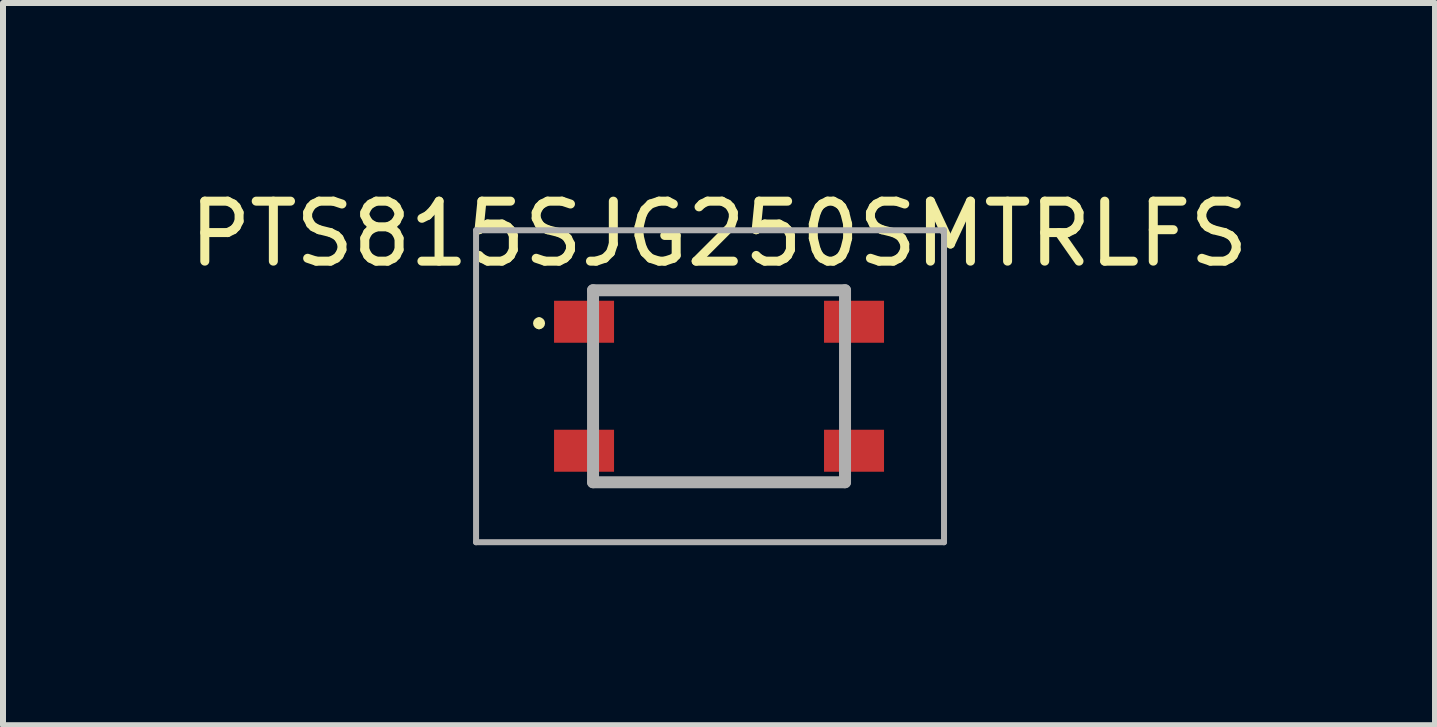
<source format=kicad_pcb>
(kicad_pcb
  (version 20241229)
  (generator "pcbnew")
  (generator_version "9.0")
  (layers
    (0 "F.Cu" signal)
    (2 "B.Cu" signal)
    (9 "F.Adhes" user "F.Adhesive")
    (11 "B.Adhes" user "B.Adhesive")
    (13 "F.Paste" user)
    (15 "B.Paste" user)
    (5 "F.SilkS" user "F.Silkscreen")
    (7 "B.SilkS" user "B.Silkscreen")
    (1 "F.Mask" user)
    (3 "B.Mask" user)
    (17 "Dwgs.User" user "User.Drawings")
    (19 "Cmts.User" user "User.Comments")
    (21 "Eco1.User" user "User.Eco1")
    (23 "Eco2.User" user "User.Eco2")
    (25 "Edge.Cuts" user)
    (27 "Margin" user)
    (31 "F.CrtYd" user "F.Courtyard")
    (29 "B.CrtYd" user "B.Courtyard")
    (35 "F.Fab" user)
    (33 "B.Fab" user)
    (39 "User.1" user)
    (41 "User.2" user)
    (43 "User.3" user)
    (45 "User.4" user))
  (footprint "PTS815SJG250SMTRLFS"
    (layer "F.Cu")
    (at 8.935 3.388)
    (property "Reference" "PTS815SJG250SMTRLFS" (at 0 -2.54 0) (layer "F.SilkS") (effects (font (size 1 1) (thickness 0.15))))
    (attr smd)
    (fp_line (start -2.1 -0.4) (end -2.1 0.4) (stroke (width 0.1) (type solid)) (layer "F.SilkS"))
    (fp_line (start -1.6 -1.6) (end 1.6 -1.6) (stroke (width 0.1) (type solid)) (layer "F.SilkS"))
    (fp_line (start 1.6 1.6) (end -1.6 1.6) (stroke (width 0.1) (type solid)) (layer "F.SilkS"))
    (fp_line (start 2.1 -0.4) (end 2.1 0.4) (stroke (width 0.1) (type solid)) (layer "F.SilkS"))
    (fp_arc (start -3 -1.1) (mid -2.95 -1.05) (end -3 -1) (stroke (width 0.1) (type solid)) (layer "F.SilkS"))
    (fp_arc (start -3 -1) (mid -3.05 -1.05) (end -3 -1.1) (stroke (width 0.1) (type solid)) (layer "F.SilkS"))
    (fp_line (start -4.05 -2.6) (end 3.75 -2.6) (stroke (width 0.1) (type solid)) (layer "F.Fab"))
    (fp_line (start -4.05 2.6) (end -4.05 -2.6) (stroke (width 0.1) (type solid)) (layer "F.Fab"))
    (fp_line (start -2.1 -1.6) (end 2.1 -1.6) (stroke (width 0.2) (type solid)) (layer "F.Fab"))
    (fp_line (start -2.1 1.6) (end -2.1 -1.6) (stroke (width 0.2) (type solid)) (layer "F.Fab"))
    (fp_line (start 2.1 -1.6) (end 2.1 1.6) (stroke (width 0.2) (type solid)) (layer "F.Fab"))
    (fp_line (start 2.1 1.6) (end -2.1 1.6) (stroke (width 0.2) (type solid)) (layer "F.Fab"))
    (fp_line (start 3.75 -2.6) (end 3.75 2.6) (stroke (width 0.1) (type solid)) (layer "F.Fab"))
    (fp_line (start 3.75 2.6) (end -4.05 2.6) (stroke (width 0.1) (type solid)) (layer "F.Fab"))
    (pad "1" smd rect (at -2.25 -1.075) (size 1 0.7) (layers "F.Cu" "F.Mask" "F.Paste"))
    (pad "2" smd rect (at 2.25 -1.075) (size 1 0.7) (layers "F.Cu" "F.Mask" "F.Paste"))
    (pad "3" smd rect (at -2.25 1.075) (size 1 0.7) (layers "F.Cu" "F.Mask" "F.Paste"))
    (pad "4" smd rect (at 2.25 1.075) (size 1 0.7) (layers "F.Cu" "F.Mask" "F.Paste")))
  (gr_rect
    (start -3 -3)
    (end 20.869 9.038)
    (stroke (width 0.1) (type default))
    (fill no)
    (layer "Edge.Cuts")))
</source>
